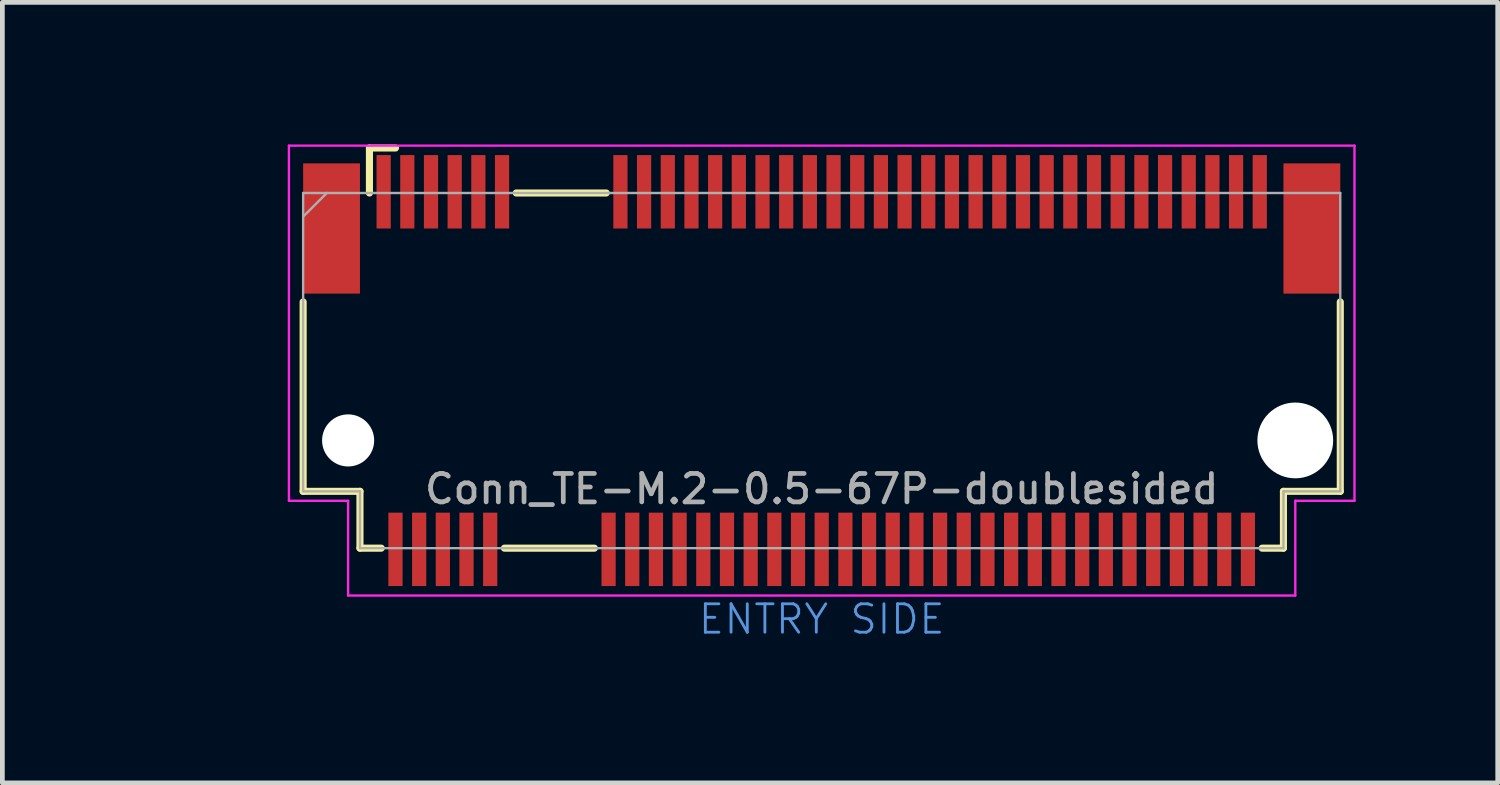
<source format=kicad_pcb>
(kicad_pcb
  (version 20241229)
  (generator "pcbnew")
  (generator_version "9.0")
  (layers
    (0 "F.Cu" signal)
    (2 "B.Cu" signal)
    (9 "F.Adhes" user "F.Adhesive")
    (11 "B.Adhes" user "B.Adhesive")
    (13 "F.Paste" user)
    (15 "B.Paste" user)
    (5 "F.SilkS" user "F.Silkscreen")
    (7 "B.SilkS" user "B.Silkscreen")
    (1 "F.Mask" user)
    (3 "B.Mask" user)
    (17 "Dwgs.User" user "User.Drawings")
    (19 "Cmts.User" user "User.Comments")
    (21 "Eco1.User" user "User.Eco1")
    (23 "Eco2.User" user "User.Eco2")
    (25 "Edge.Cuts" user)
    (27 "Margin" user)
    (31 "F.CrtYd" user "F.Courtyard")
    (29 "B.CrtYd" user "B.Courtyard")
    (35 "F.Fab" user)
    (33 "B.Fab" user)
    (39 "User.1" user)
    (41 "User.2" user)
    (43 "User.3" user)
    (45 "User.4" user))
  (footprint "Conn_TE-M.2-0.5-67P-doublesided"
    (layer "F.Cu")
    (at 14.301 6.275)
    (property "Reference" "Conn_TE-M.2-0.5-67P-doublesided" (at 0 1 0) (layer "F.Fab") (effects (font (size 0.6 0.6) (thickness 0.1))))
    (attr through_hole)
    (fp_line (start -10.95 1.05) (end -10.95 -2.95) (stroke (width 0.15) (type solid)) (layer "F.SilkS"))
    (fp_line (start -9.75 1.05) (end -10.95 1.05) (stroke (width 0.15) (type solid)) (layer "F.SilkS"))
    (fp_line (start -9.75 2.25) (end -9.75 1.05) (stroke (width 0.15) (type solid)) (layer "F.SilkS"))
    (fp_line (start -9.55 -6.2) (end -9 -6.2) (stroke (width 0.15) (type solid)) (layer "F.SilkS"))
    (fp_line (start -9.55 -5.25) (end -9.55 -6.2) (stroke (width 0.15) (type solid)) (layer "F.SilkS"))
    (fp_line (start -9.3 2.25) (end -9.75 2.25) (stroke (width 0.15) (type solid)) (layer "F.SilkS"))
    (fp_line (start -6.7 2.25) (end -4.8 2.25) (stroke (width 0.15) (type solid)) (layer "F.SilkS"))
    (fp_line (start -6.45 -5.25) (end -4.55 -5.25) (stroke (width 0.15) (type solid)) (layer "F.SilkS"))
    (fp_line (start 9.75 1.05) (end 9.75 2.25) (stroke (width 0.15) (type solid)) (layer "F.SilkS"))
    (fp_line (start 9.75 2.25) (end 9.3 2.25) (stroke (width 0.15) (type solid)) (layer "F.SilkS"))
    (fp_line (start 10.95 1.05) (end 9.75 1.05) (stroke (width 0.15) (type solid)) (layer "F.SilkS"))
    (fp_line (start 10.95 1.05) (end 10.95 -2.95) (stroke (width 0.15) (type solid)) (layer "F.SilkS"))
    (fp_line (start -11.25 -6.25) (end 11.25 -6.25) (stroke (width 0.05) (type solid)) (layer "F.CrtYd"))
    (fp_line (start -11.25 1.25) (end -11.25 -6.25) (stroke (width 0.05) (type solid)) (layer "F.CrtYd"))
    (fp_line (start -10 1.25) (end -11.25 1.25) (stroke (width 0.05) (type solid)) (layer "F.CrtYd"))
    (fp_line (start -10 3.25) (end -10 1.25) (stroke (width 0.05) (type solid)) (layer "F.CrtYd"))
    (fp_line (start 10 1.25) (end 10 3.25) (stroke (width 0.05) (type solid)) (layer "F.CrtYd"))
    (fp_line (start 10 3.25) (end -10 3.25) (stroke (width 0.05) (type solid)) (layer "F.CrtYd"))
    (fp_line (start 11.25 -6.25) (end 11.25 1.25) (stroke (width 0.05) (type solid)) (layer "F.CrtYd"))
    (fp_line (start 11.25 1.25) (end 10 1.25) (stroke (width 0.05) (type solid)) (layer "F.CrtYd"))
    (fp_line (start -10.95 -5.25) (end -10.95 1.05) (stroke (width 0.05) (type solid)) (layer "F.Fab"))
    (fp_line (start -10.95 -5.25) (end 10.95 -5.25) (stroke (width 0.05) (type solid)) (layer "F.Fab"))
    (fp_line (start -10.95 -4.75) (end -10.45 -5.25) (stroke (width 0.05) (type solid)) (layer "F.Fab"))
    (fp_line (start -10.95 1.05) (end -9.75 1.05) (stroke (width 0.05) (type solid)) (layer "F.Fab"))
    (fp_line (start -9.75 1.05) (end -9.75 2.25) (stroke (width 0.05) (type solid)) (layer "F.Fab"))
    (fp_line (start -9.75 2.25) (end 9.75 2.25) (stroke (width 0.05) (type solid)) (layer "F.Fab"))
    (fp_line (start 9.75 1.05) (end 9.75 2.25) (stroke (width 0.05) (type solid)) (layer "F.Fab"))
    (fp_line (start 10.95 1.05) (end 9.75 1.05) (stroke (width 0.05) (type solid)) (layer "F.Fab"))
    (fp_line (start 10.95 1.05) (end 10.95 -5.25) (stroke (width 0.05) (type solid)) (layer "F.Fab"))
    (fp_text user "ENTRY SIDE" (at 0 3.75 0) (layer "Cmts.User") (effects (font (size 0.6 0.6) (thickness 0.06))))
    (fp_text user "${REFERENCE}" (at -10.1 -4.8 0) (layer "Eco1.User") (effects (font (size 0.3 0.3) (thickness 0.03))))
    (pad "" smd rect (at -10.35 -4.5) (size 1.2 2.75) (layers "F.Cu" "F.Mask" "F.Paste"))
    (pad "" np_thru_hole circle (at -10 -0.025) (size 1.1 1.1) (drill 1.1) (layers "*.Cu"))
    (pad "" np_thru_hole circle (at 10 -0.025) (size 1.6 1.6) (drill 1.6) (layers "*.Cu"))
    (pad "" smd rect (at 10.35 -4.5) (size 1.2 2.75) (layers "F.Cu" "F.Mask" "F.Paste"))
    (pad "1" smd rect (at -9.25 -5.275) (size 0.3 1.55) (layers "F.Cu" "F.Paste"))
    (pad "2" smd rect (at -9 2.275) (size 0.3 1.55) (layers "F.Cu" "F.Paste"))
    (pad "3" smd rect (at -8.75 -5.275) (size 0.3 1.55) (layers "F.Cu" "F.Paste"))
    (pad "4" smd rect (at -8.5 2.275) (size 0.3 1.55) (layers "F.Cu" "F.Paste"))
    (pad "5" smd rect (at -8.25 -5.275) (size 0.3 1.55) (layers "F.Cu" "F.Paste"))
    (pad "6" smd rect (at -8 2.275) (size 0.3 1.55) (layers "F.Cu" "F.Paste"))
    (pad "7" smd rect (at -7.75 -5.275) (size 0.3 1.55) (layers "F.Cu" "F.Paste"))
    (pad "8" smd rect (at -7.5 2.275) (size 0.3 1.55) (layers "F.Cu" "F.Paste"))
    (pad "9" smd rect (at -7.25 -5.275) (size 0.3 1.55) (layers "F.Cu" "F.Paste"))
    (pad "10" smd rect (at -7 2.275) (size 0.3 1.55) (layers "F.Cu" "F.Paste"))
    (pad "11" smd rect (at -6.75 -5.275) (size 0.3 1.55) (layers "F.Cu" "F.Paste"))
    (pad "20" smd rect (at -4.5 2.275) (size 0.3 1.55) (layers "F.Cu" "F.Paste"))
    (pad "21" smd rect (at -4.25 -5.275) (size 0.3 1.55) (layers "F.Cu" "F.Paste"))
    (pad "22" smd rect (at -4 2.275) (size 0.3 1.55) (layers "F.Cu" "F.Paste"))
    (pad "23" smd rect (at -3.75 -5.275) (size 0.3 1.55) (layers "F.Cu" "F.Paste"))
    (pad "24" smd rect (at -3.5 2.275) (size 0.3 1.55) (layers "F.Cu" "F.Paste"))
    (pad "25" smd rect (at -3.25 -5.275) (size 0.3 1.55) (layers "F.Cu" "F.Paste"))
    (pad "26" smd rect (at -3 2.275) (size 0.3 1.55) (layers "F.Cu" "F.Paste"))
    (pad "27" smd rect (at -2.75 -5.275) (size 0.3 1.55) (layers "F.Cu" "F.Paste"))
    (pad "28" smd rect (at -2.5 2.275) (size 0.3 1.55) (layers "F.Cu" "F.Paste"))
    (pad "29" smd rect (at -2.25 -5.275) (size 0.3 1.55) (layers "F.Cu" "F.Paste"))
    (pad "30" smd rect (at -2 2.275) (size 0.3 1.55) (layers "F.Cu" "F.Paste"))
    (pad "31" smd rect (at -1.75 -5.275) (size 0.3 1.55) (layers "F.Cu" "F.Paste"))
    (pad "32" smd rect (at -1.5 2.275) (size 0.3 1.55) (layers "F.Cu" "F.Paste"))
    (pad "33" smd rect (at -1.25 -5.275) (size 0.3 1.55) (layers "F.Cu" "F.Paste"))
    (pad "34" smd rect (at -1 2.275) (size 0.3 1.55) (layers "F.Cu" "F.Paste"))
    (pad "35" smd rect (at -0.75 -5.275) (size 0.3 1.55) (layers "F.Cu" "F.Paste"))
    (pad "36" smd rect (at -0.5 2.275) (size 0.3 1.55) (layers "F.Cu" "F.Paste"))
    (pad "37" smd rect (at -0.25 -5.275) (size 0.3 1.55) (layers "F.Cu" "F.Paste"))
    (pad "38" smd rect (at 0 2.275) (size 0.3 1.55) (layers "F.Cu" "F.Paste"))
    (pad "39" smd rect (at 0.25 -5.275) (size 0.3 1.55) (layers "F.Cu" "F.Paste"))
    (pad "40" smd rect (at 0.5 2.275) (size 0.3 1.55) (layers "F.Cu" "F.Paste"))
    (pad "41" smd rect (at 0.75 -5.275) (size 0.3 1.55) (layers "F.Cu" "F.Paste"))
    (pad "42" smd rect (at 1 2.275) (size 0.3 1.55) (layers "F.Cu" "F.Paste"))
    (pad "43" smd rect (at 1.25 -5.275) (size 0.3 1.55) (layers "F.Cu" "F.Paste"))
    (pad "44" smd rect (at 1.5 2.275) (size 0.3 1.55) (layers "F.Cu" "F.Paste"))
    (pad "45" smd rect (at 1.75 -5.275) (size 0.3 1.55) (layers "F.Cu" "F.Paste"))
    (pad "46" smd rect (at 2 2.275) (size 0.3 1.55) (layers "F.Cu" "F.Paste"))
    (pad "47" smd rect (at 2.25 -5.275) (size 0.3 1.55) (layers "F.Cu" "F.Paste"))
    (pad "48" smd rect (at 2.5 2.275) (size 0.3 1.55) (layers "F.Cu" "F.Paste"))
    (pad "49" smd rect (at 2.75 -5.275) (size 0.3 1.55) (layers "F.Cu" "F.Paste"))
    (pad "50" smd rect (at 3 2.275) (size 0.3 1.55) (layers "F.Cu" "F.Paste"))
    (pad "51" smd rect (at 3.25 -5.275) (size 0.3 1.55) (layers "F.Cu" "F.Paste"))
    (pad "52" smd rect (at 3.5 2.275) (size 0.3 1.55) (layers "F.Cu" "F.Paste"))
    (pad "53" smd rect (at 3.75 -5.275) (size 0.3 1.55) (layers "F.Cu" "F.Paste"))
    (pad "54" smd rect (at 4 2.275) (size 0.3 1.55) (layers "F.Cu" "F.Paste"))
    (pad "55" smd rect (at 4.25 -5.275) (size 0.3 1.55) (layers "F.Cu" "F.Paste"))
    (pad "56" smd rect (at 4.5 2.275) (size 0.3 1.55) (layers "F.Cu" "F.Paste"))
    (pad "57" smd rect (at 4.75 -5.275) (size 0.3 1.55) (layers "F.Cu" "F.Paste"))
    (pad "58" smd rect (at 5 2.275) (size 0.3 1.55) (layers "F.Cu" "F.Paste"))
    (pad "59" smd rect (at 5.25 -5.275) (size 0.3 1.55) (layers "F.Cu" "F.Paste"))
    (pad "60" smd rect (at 5.5 2.275) (size 0.3 1.55) (layers "F.Cu" "F.Paste"))
    (pad "61" smd rect (at 5.75 -5.275) (size 0.3 1.55) (layers "F.Cu" "F.Paste"))
    (pad "62" smd rect (at 6 2.275) (size 0.3 1.55) (layers "F.Cu" "F.Paste"))
    (pad "63" smd rect (at 6.25 -5.275) (size 0.3 1.55) (layers "F.Cu" "F.Paste"))
    (pad "64" smd rect (at 6.5 2.275) (size 0.3 1.55) (layers "F.Cu" "F.Paste"))
    (pad "65" smd rect (at 6.75 -5.275) (size 0.3 1.55) (layers "F.Cu" "F.Paste"))
    (pad "66" smd rect (at 7 2.275) (size 0.3 1.55) (layers "F.Cu" "F.Paste"))
    (pad "67" smd rect (at 7.25 -5.275) (size 0.3 1.55) (layers "F.Cu" "F.Paste"))
    (pad "68" smd rect (at 7.5 2.275) (size 0.3 1.55) (layers "F.Cu" "F.Paste"))
    (pad "69" smd rect (at 7.75 -5.275) (size 0.3 1.55) (layers "F.Cu" "F.Paste"))
    (pad "70" smd rect (at 8 2.275) (size 0.3 1.55) (layers "F.Cu" "F.Paste"))
    (pad "71" smd rect (at 8.25 -5.275) (size 0.3 1.55) (layers "F.Cu" "F.Paste"))
    (pad "72" smd rect (at 8.5 2.275) (size 0.3 1.55) (layers "F.Cu" "F.Paste"))
    (pad "73" smd rect (at 8.75 -5.275) (size 0.3 1.55) (layers "F.Cu" "F.Paste"))
    (pad "74" smd rect (at 9 2.275) (size 0.3 1.55) (layers "F.Cu" "F.Paste"))
    (pad "75" smd rect (at 9.25 -5.275) (size 0.3 1.55) (layers "F.Cu" "F.Paste")))
  (gr_rect
    (start -3 -3)
    (end 28.576 13.481)
    (stroke (width 0.1) (type default))
    (fill no)
    (layer "Edge.Cuts")))
</source>
